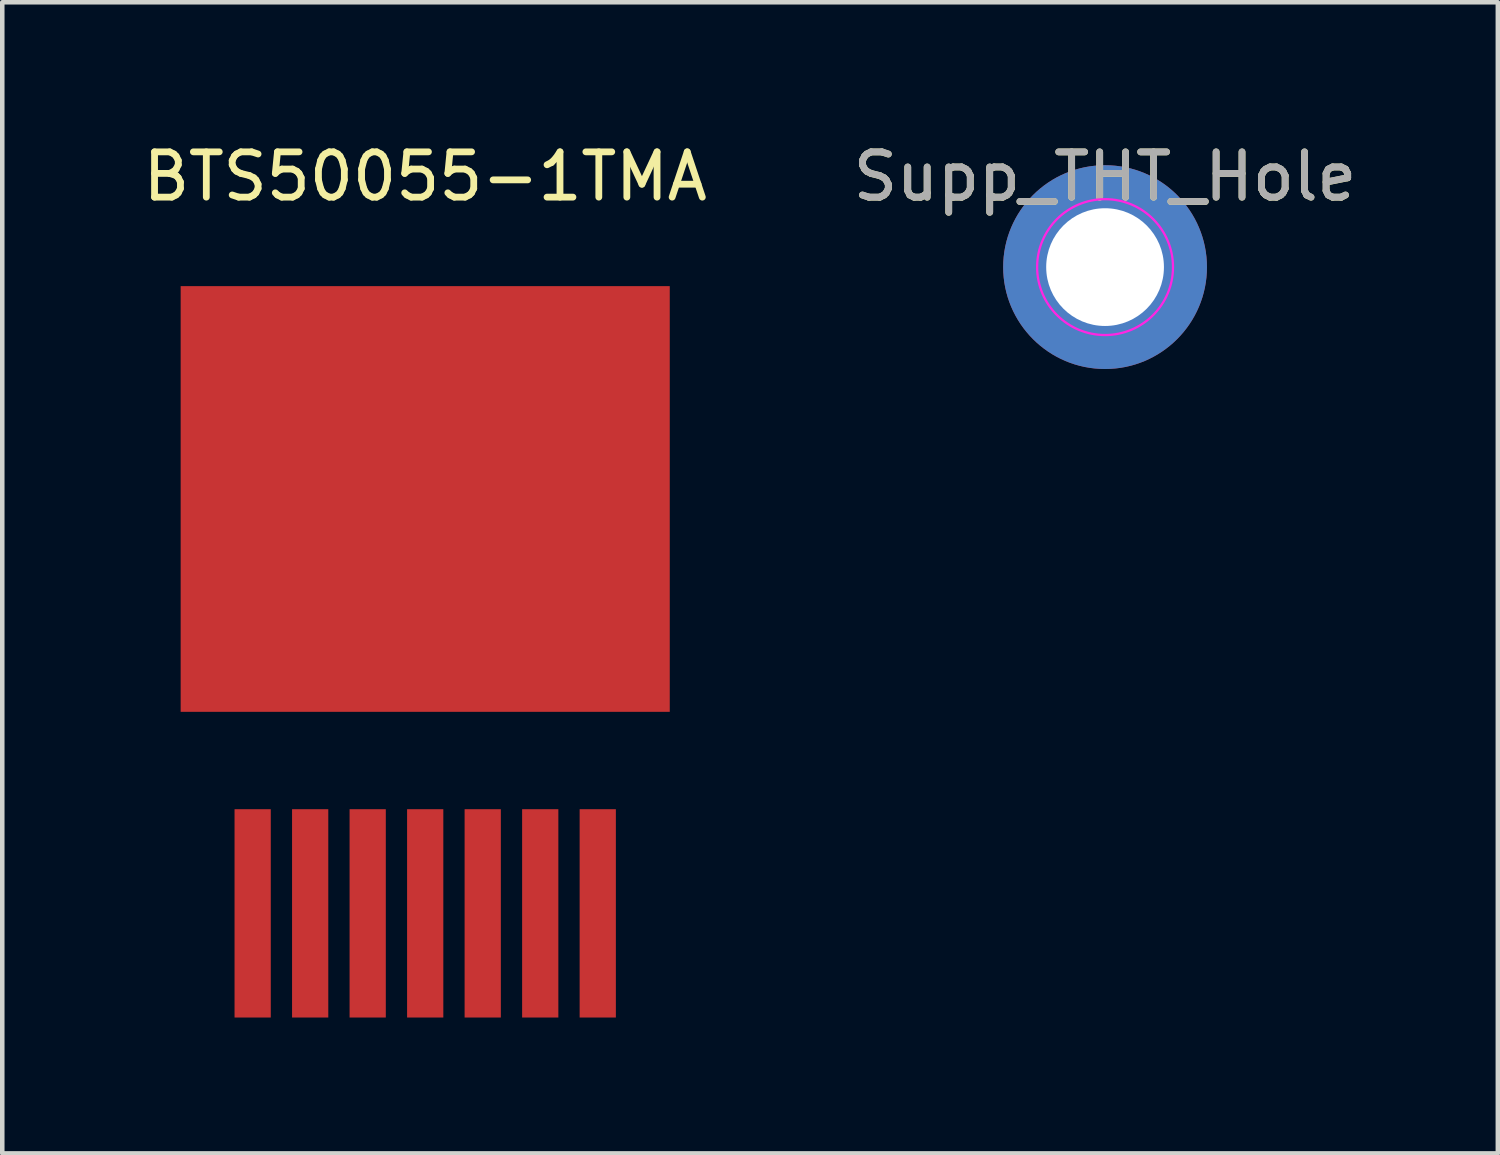
<source format=kicad_pcb>
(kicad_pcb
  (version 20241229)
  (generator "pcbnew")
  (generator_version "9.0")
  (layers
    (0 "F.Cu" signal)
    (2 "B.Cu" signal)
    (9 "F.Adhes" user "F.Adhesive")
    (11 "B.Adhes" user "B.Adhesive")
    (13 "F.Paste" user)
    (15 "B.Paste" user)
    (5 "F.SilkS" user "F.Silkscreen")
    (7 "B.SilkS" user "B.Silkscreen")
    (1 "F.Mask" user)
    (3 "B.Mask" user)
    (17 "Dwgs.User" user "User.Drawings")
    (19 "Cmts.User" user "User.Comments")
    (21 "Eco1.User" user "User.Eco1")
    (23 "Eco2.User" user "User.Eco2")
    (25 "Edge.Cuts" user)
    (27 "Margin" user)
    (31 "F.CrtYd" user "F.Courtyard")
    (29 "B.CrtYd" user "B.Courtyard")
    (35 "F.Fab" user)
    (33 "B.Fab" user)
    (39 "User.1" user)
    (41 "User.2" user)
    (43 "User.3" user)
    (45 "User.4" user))
  (footprint "Supp_THT_Hole"
    (layer "F.Cu")
    (at 21.351 2.848)
    (property "Reference" "Supp_THT_Hole" (at 0 -1.998 0) (layer "F.SilkS") (effects (font (size 1 1) (thickness 0.15))))
    (attr exclude_from_pos_files exclude_from_bom)
    (fp_circle (center 0 0) (end 0 1.2) (stroke (width 0.12) (type solid)) (fill no) (layer "F.SilkS"))
    (fp_circle (center 0 0) (end 1.5 0) (stroke (width 0.05) (type solid)) (fill no) (layer "F.CrtYd"))
    (fp_text user "${REFERENCE}" (at 0 -2 0) (layer "F.Fab") (effects (font (size 1 1) (thickness 0.15))))
    (pad "1" thru_hole circle (at 0 0) (size 4.5 4.5) (drill 2.6) (layers "*.Cu" "*.Mask")))
  (footprint "BTS50055-1TMA"
    (layer "F.Cu")
    (at 6.339 14.818)
    (property "Reference" "BTS50055-1TMA" (at 0 -13.97 0) (layer "F.SilkS") (effects (font (size 1 1) (thickness 0.15))))
    (attr through_hole)
    (pad "1" smd rect (at -3.81 2.3) (size 0.8 4.6) (layers "F.Cu" "F.Mask" "F.Paste"))
    (pad "2" smd rect (at -2.54 2.3) (size 0.8 4.6) (layers "F.Cu" "F.Mask" "F.Paste"))
    (pad "3" smd rect (at -1.27 2.3) (size 0.8 4.6) (layers "F.Cu" "F.Mask" "F.Paste"))
    (pad "4" smd rect (at 0 2.3) (size 0.8 4.6) (layers "F.Cu" "F.Mask" "F.Paste"))
    (pad "5" smd rect (at 1.27 2.3) (size 0.8 4.6) (layers "F.Cu" "F.Mask" "F.Paste"))
    (pad "6" smd rect (at 2.54 2.3) (size 0.8 4.6) (layers "F.Cu" "F.Mask" "F.Paste"))
    (pad "7" smd rect (at 3.81 2.3) (size 0.8 4.6) (layers "F.Cu" "F.Mask" "F.Paste"))
    (pad "8" smd rect (at 0 -6.85) (size 10.8 9.4) (layers "F.Cu" "F.Mask" "F.Paste")))
  (gr_rect
    (start -3 -3)
    (end 30.024 22.418)
    (stroke (width 0.1) (type default))
    (fill no)
    (layer "Edge.Cuts")))
</source>
